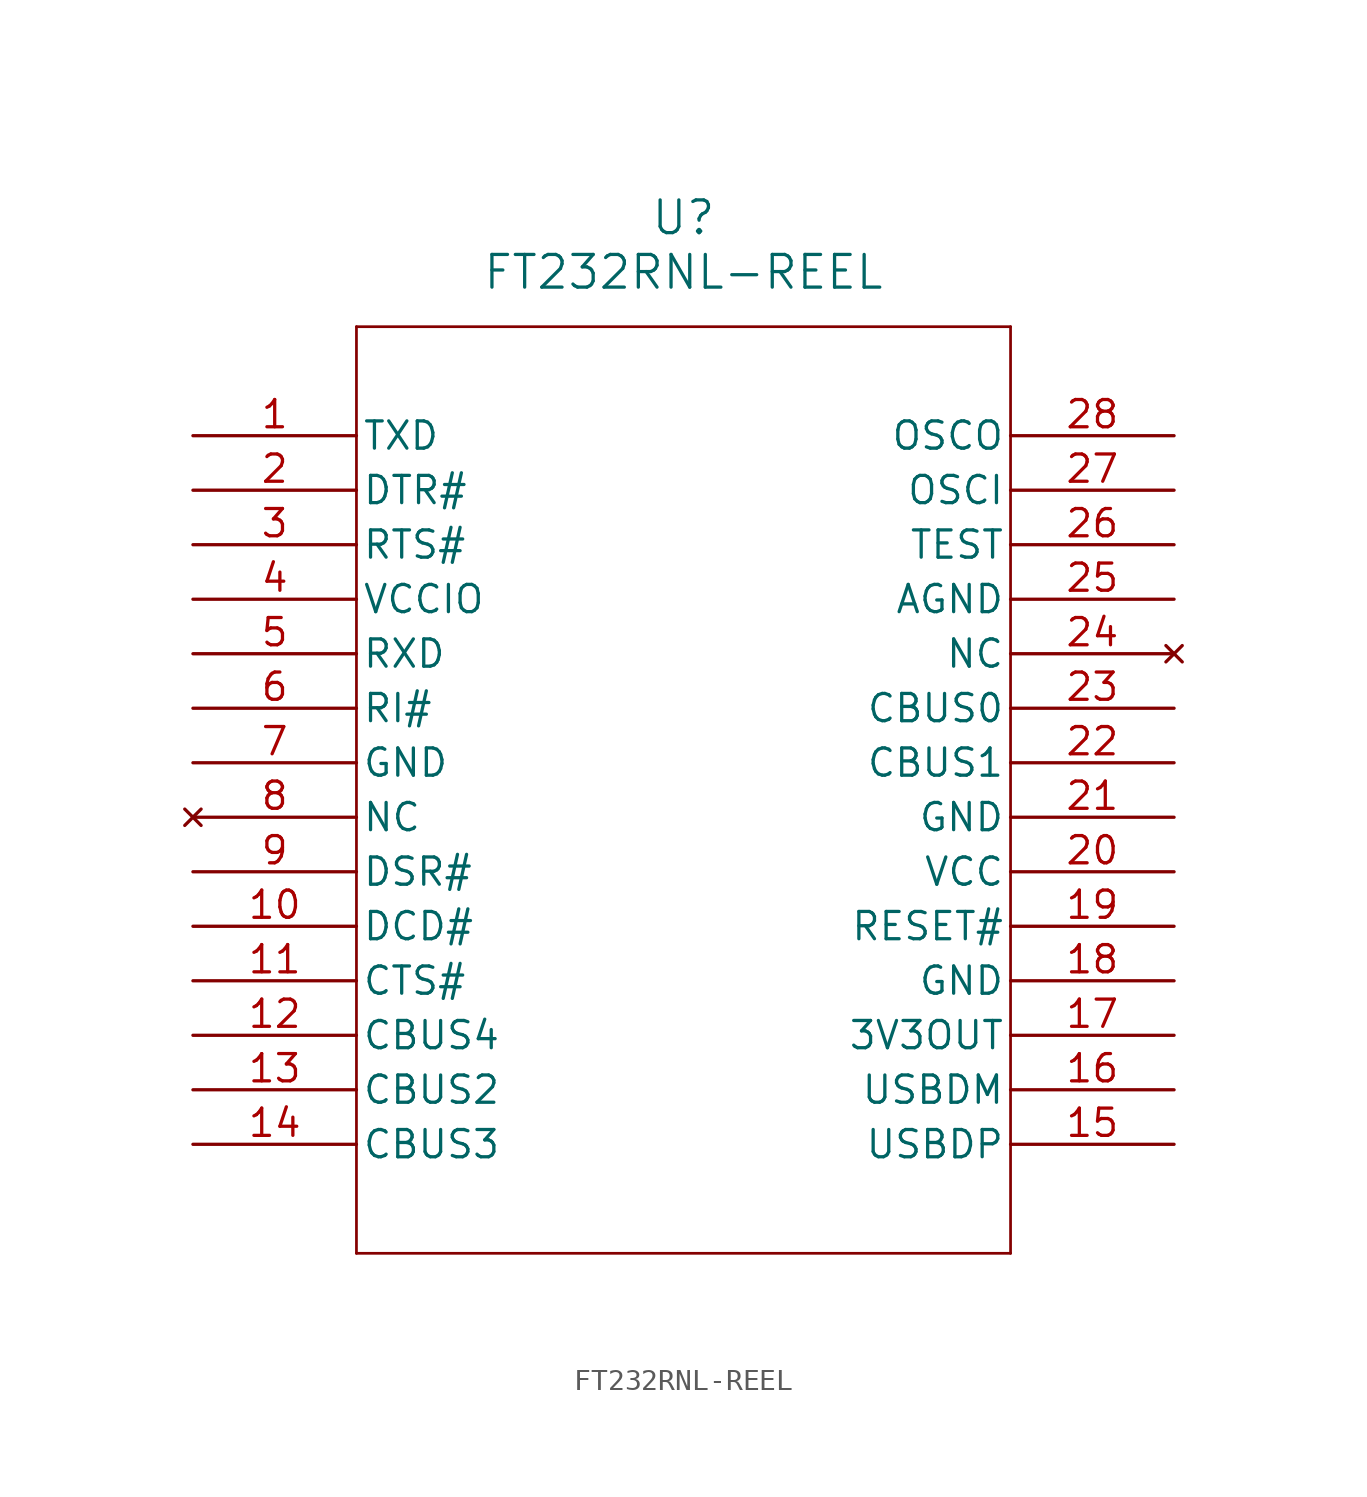
<source format=kicad_sym>
(kicad_symbol_lib
  (version 20211014)
  (generator kicad_symbol_editor)
  (symbol "FT232RNL-REEL"
    (pin_names
      (offset 0.254))
    (property "Reference" "U"
      (at 22.86 10.16 0)
      (effects (font (size 1.524 1.524))))
    (property "Value" "FT232RNL-REEL"
      (at 22.86 7.62 0)
      (effects (font (size 1.524 1.524))))
    (polyline
      (pts (xy 7.62 5.08) (xy 7.62 -38.1))
      (stroke (width 0.127) (type default) (color 0 0 0 0))
      (fill (type none)))
    (polyline
      (pts (xy 7.62 -38.1) (xy 38.1 -38.1))
      (stroke (width 0.127) (type default) (color 0 0 0 0))
      (fill (type none)))
    (polyline
      (pts (xy 38.1 -38.1) (xy 38.1 5.08))
      (stroke (width 0.127) (type default) (color 0 0 0 0))
      (fill (type none)))
    (polyline
      (pts (xy 38.1 5.08) (xy 7.62 5.08))
      (stroke (width 0.127) (type default) (color 0 0 0 0))
      (fill (type none)))
    (pin output line
      (at 0 0 0)
      (length 7.62)
      (name "TXD" (effects (font (size 1.27 1.27))))
      (number "1" (effects (font (size 1.27 1.27)))))
    (pin output line
      (at 0 -2.54 0)
      (length 7.62)
      (name "DTR#" (effects (font (size 1.27 1.27))))
      (number "2" (effects (font (size 1.27 1.27)))))
    (pin output line
      (at 0 -5.08 0)
      (length 7.62)
      (name "RTS#" (effects (font (size 1.27 1.27))))
      (number "3" (effects (font (size 1.27 1.27)))))
    (pin power_in line
      (at 0 -7.62 0)
      (length 7.62)
      (name "VCCIO" (effects (font (size 1.27 1.27))))
      (number "4" (effects (font (size 1.27 1.27)))))
    (pin input line
      (at 0 -10.16 0)
      (length 7.62)
      (name "RXD" (effects (font (size 1.27 1.27))))
      (number "5" (effects (font (size 1.27 1.27)))))
    (pin input line
      (at 0 -12.7 0)
      (length 7.62)
      (name "RI#" (effects (font (size 1.27 1.27))))
      (number "6" (effects (font (size 1.27 1.27)))))
    (pin power_out line
      (at 0 -15.24 0)
      (length 7.62)
      (name "GND" (effects (font (size 1.27 1.27))))
      (number "7" (effects (font (size 1.27 1.27)))))
    (pin no_connect line
      (at 0 -17.78 0)
      (length 7.62)
      (name "NC" (effects (font (size 1.27 1.27))))
      (number "8" (effects (font (size 1.27 1.27)))))
    (pin input line
      (at 0 -20.32 0)
      (length 7.62)
      (name "DSR#" (effects (font (size 1.27 1.27))))
      (number "9" (effects (font (size 1.27 1.27)))))
    (pin input line
      (at 0 -22.86 0)
      (length 7.62)
      (name "DCD#" (effects (font (size 1.27 1.27))))
      (number "10" (effects (font (size 1.27 1.27)))))
    (pin input line
      (at 0 -25.4 0)
      (length 7.62)
      (name "CTS#" (effects (font (size 1.27 1.27))))
      (number "11" (effects (font (size 1.27 1.27)))))
    (pin bidirectional line
      (at 0 -27.94 0)
      (length 7.62)
      (name "CBUS4" (effects (font (size 1.27 1.27))))
      (number "12" (effects (font (size 1.27 1.27)))))
    (pin bidirectional line
      (at 0 -30.48 0)
      (length 7.62)
      (name "CBUS2" (effects (font (size 1.27 1.27))))
      (number "13" (effects (font (size 1.27 1.27)))))
    (pin bidirectional line
      (at 0 -33.02 0)
      (length 7.62)
      (name "CBUS3" (effects (font (size 1.27 1.27))))
      (number "14" (effects (font (size 1.27 1.27)))))
    (pin bidirectional line
      (at 45.72 -33.02 180)
      (length 7.62)
      (name "USBDP" (effects (font (size 1.27 1.27))))
      (number "15" (effects (font (size 1.27 1.27)))))
    (pin bidirectional line
      (at 45.72 -30.48 180)
      (length 7.62)
      (name "USBDM" (effects (font (size 1.27 1.27))))
      (number "16" (effects (font (size 1.27 1.27)))))
    (pin output line
      (at 45.72 -27.94 180)
      (length 7.62)
      (name "3V3OUT" (effects (font (size 1.27 1.27))))
      (number "17" (effects (font (size 1.27 1.27)))))
    (pin power_out line
      (at 45.72 -25.4 180)
      (length 7.62)
      (name "GND" (effects (font (size 1.27 1.27))))
      (number "18" (effects (font (size 1.27 1.27)))))
    (pin input line
      (at 45.72 -22.86 180)
      (length 7.62)
      (name "RESET#" (effects (font (size 1.27 1.27))))
      (number "19" (effects (font (size 1.27 1.27)))))
    (pin power_in line
      (at 45.72 -20.32 180)
      (length 7.62)
      (name "VCC" (effects (font (size 1.27 1.27))))
      (number "20" (effects (font (size 1.27 1.27)))))
    (pin power_out line
      (at 45.72 -17.78 180)
      (length 7.62)
      (name "GND" (effects (font (size 1.27 1.27))))
      (number "21" (effects (font (size 1.27 1.27)))))
    (pin bidirectional line
      (at 45.72 -15.24 180)
      (length 7.62)
      (name "CBUS1" (effects (font (size 1.27 1.27))))
      (number "22" (effects (font (size 1.27 1.27)))))
    (pin bidirectional line
      (at 45.72 -12.7 180)
      (length 7.62)
      (name "CBUS0" (effects (font (size 1.27 1.27))))
      (number "23" (effects (font (size 1.27 1.27)))))
    (pin no_connect line
      (at 45.72 -10.16 180)
      (length 7.62)
      (name "NC" (effects (font (size 1.27 1.27))))
      (number "24" (effects (font (size 1.27 1.27)))))
    (pin power_out line
      (at 45.72 -7.62 180)
      (length 7.62)
      (name "AGND" (effects (font (size 1.27 1.27))))
      (number "25" (effects (font (size 1.27 1.27)))))
    (pin input line
      (at 45.72 -5.08 180)
      (length 7.62)
      (name "TEST" (effects (font (size 1.27 1.27))))
      (number "26" (effects (font (size 1.27 1.27)))))
    (pin input line
      (at 45.72 -2.54 180)
      (length 7.62)
      (name "OSCI" (effects (font (size 1.27 1.27))))
      (number "27" (effects (font (size 1.27 1.27)))))
    (pin output line
      (at 45.72 0 180)
      (length 7.62)
      (name "OSCO" (effects (font (size 1.27 1.27))))
      (number "28" (effects (font (size 1.27 1.27)))))))
</source>
